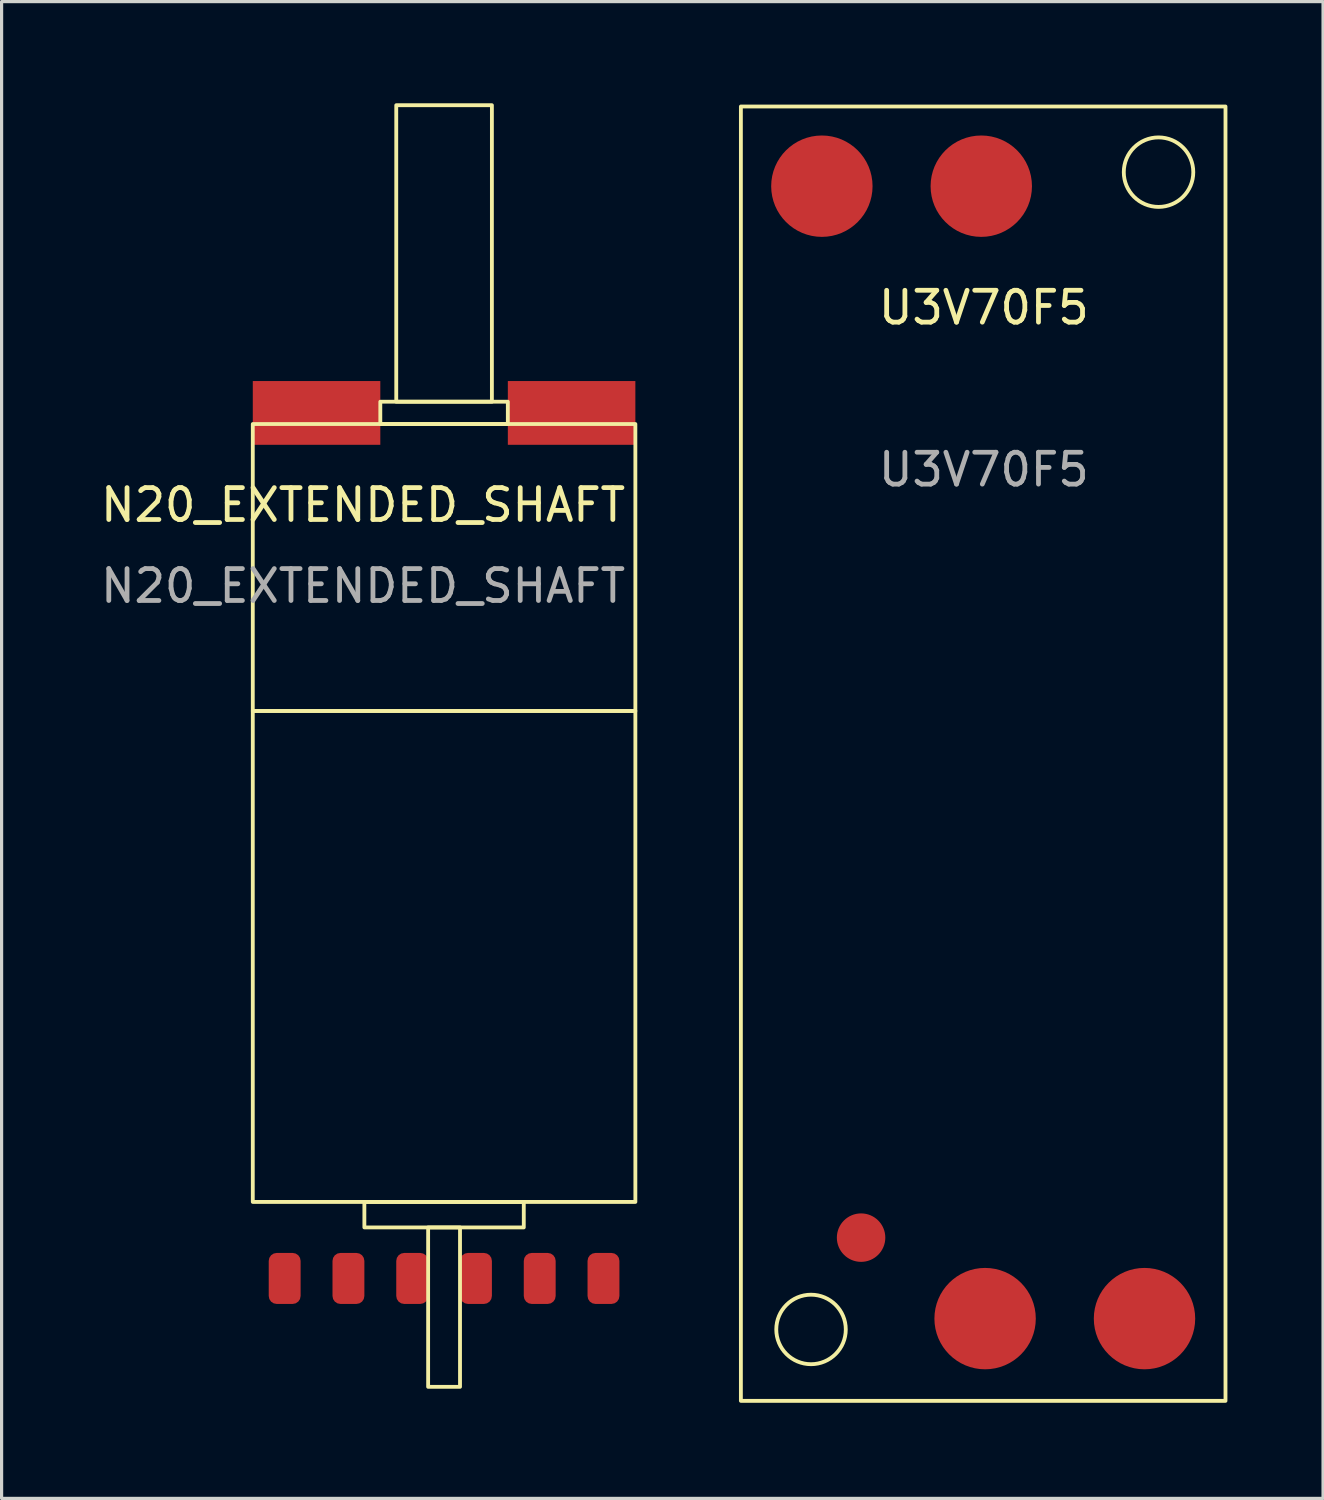
<source format=kicad_pcb>
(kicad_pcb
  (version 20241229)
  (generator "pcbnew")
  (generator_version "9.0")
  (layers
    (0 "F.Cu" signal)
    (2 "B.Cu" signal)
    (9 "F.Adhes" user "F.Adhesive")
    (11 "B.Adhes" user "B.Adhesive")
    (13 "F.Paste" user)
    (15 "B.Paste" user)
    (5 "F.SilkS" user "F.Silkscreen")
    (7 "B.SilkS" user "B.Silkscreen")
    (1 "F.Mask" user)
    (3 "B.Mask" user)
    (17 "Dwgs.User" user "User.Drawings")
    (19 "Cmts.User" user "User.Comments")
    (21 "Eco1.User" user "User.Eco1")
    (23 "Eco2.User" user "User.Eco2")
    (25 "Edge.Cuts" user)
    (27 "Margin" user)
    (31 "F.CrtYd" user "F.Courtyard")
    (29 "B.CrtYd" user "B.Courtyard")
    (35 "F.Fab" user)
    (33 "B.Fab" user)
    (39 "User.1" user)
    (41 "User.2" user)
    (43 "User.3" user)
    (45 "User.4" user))
  (footprint "U3V70F5"
    (layer "F.Cu")
    (at 20.189 0.25)
    (property "Reference" "U3V70F5" (at 7.62 6.35 0) (unlocked yes) (layer "F.SilkS") (effects (font (size 1 1) (thickness 0.15))))
    (attr smd)
    (fp_rect (start 0 40.64) (end 15.2 0.04) (stroke (width 0.12) (type default)) (fill no) (layer "F.SilkS"))
    (fp_circle (center 2.2 38.4) (end 3.29 38.4) (stroke (width 0.12) (type default)) (fill no) (layer "F.SilkS"))
    (fp_circle (center 13.1 2.1) (end 14.19 2.1) (stroke (width 0.12) (type default)) (fill no) (layer "F.SilkS"))
    (fp_text user "${REFERENCE}" (at 7.62 11.43 0) (unlocked yes) (layer "F.Fab") (effects (font (size 1 1) (thickness 0.15))))
    (pad "1" smd circle (at 7.54 2.54) (size 3.18 3.18) (layers "F.Cu" "F.Mask" "F.Paste"))
    (pad "2" smd circle (at 2.54 2.54) (size 3.18 3.18) (layers "F.Cu" "F.Mask" "F.Paste"))
    (pad "3" smd circle (at 7.66 38.06) (size 3.18 3.18) (layers "F.Cu" "F.Mask" "F.Paste"))
    (pad "4" smd circle (at 12.66 38.06) (size 3.18 3.18) (layers "F.Cu" "F.Mask" "F.Paste"))
    (pad "5" smd circle (at 3.77 35.52) (size 1.52 1.52) (layers "F.Cu" "F.Mask" "F.Paste")))
  (footprint "N20_EXTENDED_SHAFT"
    (layer "F.Cu")
    (at 10.879 0.25)
    (property "Reference" "N20_EXTENDED_SHAFT" (at -2.54 12.54 0) (unlocked yes) (layer "F.SilkS") (effects (font (size 1 1) (thickness 0.15))))
    (attr smd)
    (fp_rect (start -6 10) (end 6 19) (stroke (width 0.12) (type solid)) (fill no) (layer "F.SilkS"))
    (fp_rect (start -6 19) (end 6 34.4) (stroke (width 0.12) (type solid)) (fill no) (layer "F.SilkS"))
    (fp_rect (start -2.5 34.4) (end 2.5 35.2) (stroke (width 0.12) (type solid)) (fill no) (layer "F.SilkS"))
    (fp_rect (start -2 10) (end 2 9.3) (stroke (width 0.12) (type solid)) (fill no) (layer "F.SilkS"))
    (fp_rect (start -1.5 9.3) (end 1.5 0) (stroke (width 0.12) (type solid)) (fill no) (layer "F.SilkS"))
    (fp_rect (start -0.5 35.2) (end 0.5 40.2) (stroke (width 0.12) (type solid)) (fill no) (layer "F.SilkS"))
    (fp_text user "${REFERENCE}" (at -2.54 15.08 0) (unlocked yes) (layer "F.Fab") (effects (font (size 1 1) (thickness 0.15))))
    (pad "1" smd roundrect (at -5 36.8) (size 1 1.6) (layers "F.Cu" "F.Mask" "F.Paste") (roundrect_rratio 0.25))
    (pad "2" smd roundrect (at -3 36.8) (size 1 1.6) (layers "F.Cu" "F.Mask" "F.Paste") (roundrect_rratio 0.25))
    (pad "3" smd roundrect (at -1 36.8) (size 1 1.6) (layers "F.Cu" "F.Mask" "F.Paste") (roundrect_rratio 0.25))
    (pad "4" smd roundrect (at 1 36.8) (size 1 1.6) (layers "F.Cu" "F.Mask" "F.Paste") (roundrect_rratio 0.25))
    (pad "5" smd roundrect (at 3 36.8) (size 1 1.6) (layers "F.Cu" "F.Mask" "F.Paste") (roundrect_rratio 0.25))
    (pad "6" smd roundrect (at 5 36.8) (size 1 1.6) (layers "F.Cu" "F.Mask" "F.Paste") (roundrect_rratio 0.25))
    (pad "7" smd rect (at -4 9.652) (size 4 2) (layers "F.Cu" "F.Mask" "F.Paste"))
    (pad "7" smd rect (at 4 9.652) (size 4 2) (layers "F.Cu" "F.Mask" "F.Paste")))
  (gr_rect
    (start -3 -3)
    (end 38.449 43.95)
    (stroke (width 0.1) (type default))
    (fill no)
    (layer "Edge.Cuts")))
</source>
